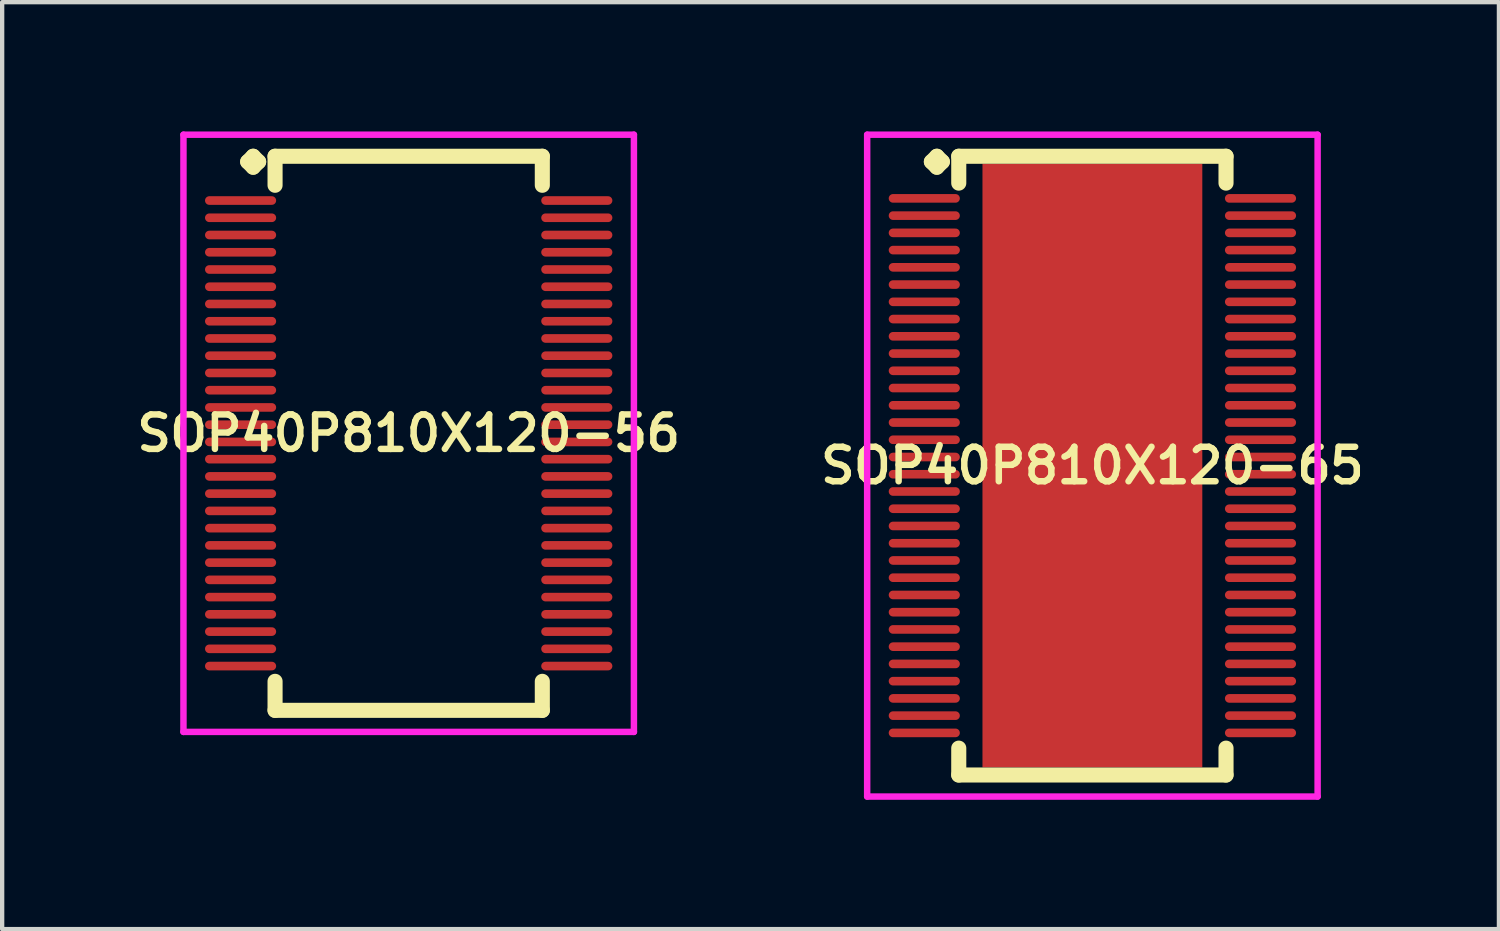
<source format=kicad_pcb>
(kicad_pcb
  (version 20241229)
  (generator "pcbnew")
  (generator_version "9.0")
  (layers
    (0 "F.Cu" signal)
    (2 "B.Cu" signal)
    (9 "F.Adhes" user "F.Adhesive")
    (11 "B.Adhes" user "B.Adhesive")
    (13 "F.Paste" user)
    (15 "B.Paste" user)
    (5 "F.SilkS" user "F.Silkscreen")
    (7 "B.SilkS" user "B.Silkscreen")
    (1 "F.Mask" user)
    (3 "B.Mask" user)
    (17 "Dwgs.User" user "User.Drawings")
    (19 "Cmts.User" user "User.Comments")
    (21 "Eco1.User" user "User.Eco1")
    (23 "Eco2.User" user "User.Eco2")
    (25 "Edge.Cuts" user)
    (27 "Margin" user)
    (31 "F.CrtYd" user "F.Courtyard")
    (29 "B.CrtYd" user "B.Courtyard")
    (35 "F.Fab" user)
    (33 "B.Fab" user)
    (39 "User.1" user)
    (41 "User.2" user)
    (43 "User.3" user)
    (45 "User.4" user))
  (footprint "SOP40P810X120-65"
    (layer "F.Cu")
    (at 22.292 7.752)
    (property "Reference" "SOP40P810X120-65" (at 0 0 0) (layer "F.SilkS") (effects (font (size 0.8 0.8) (thickness 0.15))))
    (attr smd)
    (fp_line (start -3.735 -7.05) (end -3.608 -7.177) (stroke (width 0.35) (type solid)) (layer "F.SilkS"))
    (fp_line (start -3.608 -7.177) (end -3.481 -7.05) (stroke (width 0.35) (type solid)) (layer "F.SilkS"))
    (fp_line (start -3.608 -6.923) (end -3.735 -7.05) (stroke (width 0.35) (type solid)) (layer "F.SilkS"))
    (fp_line (start -3.481 -7.05) (end -3.608 -6.923) (stroke (width 0.35) (type solid)) (layer "F.SilkS"))
    (fp_line (start -3.1 -7.177) (end 3.1 -7.177) (stroke (width 0.35) (type solid)) (layer "F.SilkS"))
    (fp_line (start -3.1 -6.554) (end -3.1 -7.177) (stroke (width 0.35) (type solid)) (layer "F.SilkS"))
    (fp_line (start -3.1 6.554) (end -3.1 7.177) (stroke (width 0.35) (type solid)) (layer "F.SilkS"))
    (fp_line (start -3.1 7.177) (end 3.1 7.177) (stroke (width 0.35) (type solid)) (layer "F.SilkS"))
    (fp_line (start 3.1 -7.177) (end 3.1 -6.554) (stroke (width 0.35) (type solid)) (layer "F.SilkS"))
    (fp_line (start 3.1 7.177) (end 3.1 6.554) (stroke (width 0.35) (type solid)) (layer "F.SilkS"))
    (fp_line (start -5.225 -7.677) (end 5.225 -7.677) (stroke (width 0.15) (type solid)) (layer "F.CrtYd"))
    (fp_line (start -5.225 7.677) (end -5.225 -7.677) (stroke (width 0.15) (type solid)) (layer "F.CrtYd"))
    (fp_line (start 5.225 -7.677) (end 5.225 7.677) (stroke (width 0.15) (type solid)) (layer "F.CrtYd"))
    (fp_line (start 5.225 7.677) (end -5.225 7.677) (stroke (width 0.15) (type solid)) (layer "F.CrtYd"))
    (pad "1" smd oval (at -3.9 -6.2) (size 1.65 0.2) (layers "F.Cu" "F.Mask" "F.Paste"))
    (pad "2" smd oval (at -3.9 -5.8) (size 1.65 0.2) (layers "F.Cu" "F.Mask" "F.Paste"))
    (pad "3" smd oval (at -3.9 -5.4) (size 1.65 0.2) (layers "F.Cu" "F.Mask" "F.Paste"))
    (pad "4" smd oval (at -3.9 -5) (size 1.65 0.2) (layers "F.Cu" "F.Mask" "F.Paste"))
    (pad "5" smd oval (at -3.9 -4.6) (size 1.65 0.2) (layers "F.Cu" "F.Mask" "F.Paste"))
    (pad "6" smd oval (at -3.9 -4.2) (size 1.65 0.2) (layers "F.Cu" "F.Mask" "F.Paste"))
    (pad "7" smd oval (at -3.9 -3.8) (size 1.65 0.2) (layers "F.Cu" "F.Mask" "F.Paste"))
    (pad "8" smd oval (at -3.9 -3.4) (size 1.65 0.2) (layers "F.Cu" "F.Mask" "F.Paste"))
    (pad "9" smd oval (at -3.9 -3) (size 1.65 0.2) (layers "F.Cu" "F.Mask" "F.Paste"))
    (pad "10" smd oval (at -3.9 -2.6) (size 1.65 0.2) (layers "F.Cu" "F.Mask" "F.Paste"))
    (pad "11" smd oval (at -3.9 -2.2) (size 1.65 0.2) (layers "F.Cu" "F.Mask" "F.Paste"))
    (pad "12" smd oval (at -3.9 -1.8) (size 1.65 0.2) (layers "F.Cu" "F.Mask" "F.Paste"))
    (pad "13" smd oval (at -3.9 -1.4) (size 1.65 0.2) (layers "F.Cu" "F.Mask" "F.Paste"))
    (pad "14" smd oval (at -3.9 -1) (size 1.65 0.2) (layers "F.Cu" "F.Mask" "F.Paste"))
    (pad "15" smd oval (at -3.9 -0.6) (size 1.65 0.2) (layers "F.Cu" "F.Mask" "F.Paste"))
    (pad "16" smd oval (at -3.9 -0.2) (size 1.65 0.2) (layers "F.Cu" "F.Mask" "F.Paste"))
    (pad "17" smd oval (at -3.9 0.2) (size 1.65 0.2) (layers "F.Cu" "F.Mask" "F.Paste"))
    (pad "18" smd oval (at -3.9 0.6) (size 1.65 0.2) (layers "F.Cu" "F.Mask" "F.Paste"))
    (pad "19" smd oval (at -3.9 1) (size 1.65 0.2) (layers "F.Cu" "F.Mask" "F.Paste"))
    (pad "20" smd oval (at -3.9 1.4) (size 1.65 0.2) (layers "F.Cu" "F.Mask" "F.Paste"))
    (pad "21" smd oval (at -3.9 1.8) (size 1.65 0.2) (layers "F.Cu" "F.Mask" "F.Paste"))
    (pad "22" smd oval (at -3.9 2.2) (size 1.65 0.2) (layers "F.Cu" "F.Mask" "F.Paste"))
    (pad "23" smd oval (at -3.9 2.6) (size 1.65 0.2) (layers "F.Cu" "F.Mask" "F.Paste"))
    (pad "24" smd oval (at -3.9 3) (size 1.65 0.2) (layers "F.Cu" "F.Mask" "F.Paste"))
    (pad "25" smd oval (at -3.9 3.4) (size 1.65 0.2) (layers "F.Cu" "F.Mask" "F.Paste"))
    (pad "26" smd oval (at -3.9 3.8) (size 1.65 0.2) (layers "F.Cu" "F.Mask" "F.Paste"))
    (pad "27" smd oval (at -3.9 4.2) (size 1.65 0.2) (layers "F.Cu" "F.Mask" "F.Paste"))
    (pad "28" smd oval (at -3.9 4.6) (size 1.65 0.2) (layers "F.Cu" "F.Mask" "F.Paste"))
    (pad "29" smd oval (at -3.9 5) (size 1.65 0.2) (layers "F.Cu" "F.Mask" "F.Paste"))
    (pad "30" smd oval (at -3.9 5.4) (size 1.65 0.2) (layers "F.Cu" "F.Mask" "F.Paste"))
    (pad "31" smd oval (at -3.9 5.8) (size 1.65 0.2) (layers "F.Cu" "F.Mask" "F.Paste"))
    (pad "32" smd oval (at -3.9 6.2) (size 1.65 0.2) (layers "F.Cu" "F.Mask" "F.Paste"))
    (pad "33" smd oval (at 3.9 6.2) (size 1.65 0.2) (layers "F.Cu" "F.Mask" "F.Paste"))
    (pad "34" smd oval (at 3.9 5.8) (size 1.65 0.2) (layers "F.Cu" "F.Mask" "F.Paste"))
    (pad "35" smd oval (at 3.9 5.4) (size 1.65 0.2) (layers "F.Cu" "F.Mask" "F.Paste"))
    (pad "36" smd oval (at 3.9 5) (size 1.65 0.2) (layers "F.Cu" "F.Mask" "F.Paste"))
    (pad "37" smd oval (at 3.9 4.6) (size 1.65 0.2) (layers "F.Cu" "F.Mask" "F.Paste"))
    (pad "38" smd oval (at 3.9 4.2) (size 1.65 0.2) (layers "F.Cu" "F.Mask" "F.Paste"))
    (pad "39" smd oval (at 3.9 3.8) (size 1.65 0.2) (layers "F.Cu" "F.Mask" "F.Paste"))
    (pad "40" smd oval (at 3.9 3.4) (size 1.65 0.2) (layers "F.Cu" "F.Mask" "F.Paste"))
    (pad "41" smd oval (at 3.9 3) (size 1.65 0.2) (layers "F.Cu" "F.Mask" "F.Paste"))
    (pad "42" smd oval (at 3.9 2.6) (size 1.65 0.2) (layers "F.Cu" "F.Mask" "F.Paste"))
    (pad "43" smd oval (at 3.9 2.2) (size 1.65 0.2) (layers "F.Cu" "F.Mask" "F.Paste"))
    (pad "44" smd oval (at 3.9 1.8) (size 1.65 0.2) (layers "F.Cu" "F.Mask" "F.Paste"))
    (pad "45" smd oval (at 3.9 1.4) (size 1.65 0.2) (layers "F.Cu" "F.Mask" "F.Paste"))
    (pad "46" smd oval (at 3.9 1) (size 1.65 0.2) (layers "F.Cu" "F.Mask" "F.Paste"))
    (pad "47" smd oval (at 3.9 0.6) (size 1.65 0.2) (layers "F.Cu" "F.Mask" "F.Paste"))
    (pad "48" smd oval (at 3.9 0.2) (size 1.65 0.2) (layers "F.Cu" "F.Mask" "F.Paste"))
    (pad "49" smd oval (at 3.9 -0.2) (size 1.65 0.2) (layers "F.Cu" "F.Mask" "F.Paste"))
    (pad "50" smd oval (at 3.9 -0.6) (size 1.65 0.2) (layers "F.Cu" "F.Mask" "F.Paste"))
    (pad "51" smd oval (at 3.9 -1) (size 1.65 0.2) (layers "F.Cu" "F.Mask" "F.Paste"))
    (pad "52" smd oval (at 3.9 -1.4) (size 1.65 0.2) (layers "F.Cu" "F.Mask" "F.Paste"))
    (pad "53" smd oval (at 3.9 -1.8) (size 1.65 0.2) (layers "F.Cu" "F.Mask" "F.Paste"))
    (pad "54" smd oval (at 3.9 -2.2) (size 1.65 0.2) (layers "F.Cu" "F.Mask" "F.Paste"))
    (pad "55" smd oval (at 3.9 -2.6) (size 1.65 0.2) (layers "F.Cu" "F.Mask" "F.Paste"))
    (pad "56" smd oval (at 3.9 -3) (size 1.65 0.2) (layers "F.Cu" "F.Mask" "F.Paste"))
    (pad "57" smd oval (at 3.9 -3.4) (size 1.65 0.2) (layers "F.Cu" "F.Mask" "F.Paste"))
    (pad "58" smd oval (at 3.9 -3.8) (size 1.65 0.2) (layers "F.Cu" "F.Mask" "F.Paste"))
    (pad "59" smd oval (at 3.9 -4.2) (size 1.65 0.2) (layers "F.Cu" "F.Mask" "F.Paste"))
    (pad "60" smd oval (at 3.9 -4.6) (size 1.65 0.2) (layers "F.Cu" "F.Mask" "F.Paste"))
    (pad "61" smd oval (at 3.9 -5) (size 1.65 0.2) (layers "F.Cu" "F.Mask" "F.Paste"))
    (pad "62" smd oval (at 3.9 -5.4) (size 1.65 0.2) (layers "F.Cu" "F.Mask" "F.Paste"))
    (pad "63" smd oval (at 3.9 -5.8) (size 1.65 0.2) (layers "F.Cu" "F.Mask" "F.Paste"))
    (pad "64" smd oval (at 3.9 -6.2) (size 1.65 0.2) (layers "F.Cu" "F.Mask" "F.Paste"))
    (pad "65" smd rect (at 0 0) (size 5.1 14) (layers "F.Cu" "F.Mask" "F.Paste")))
  (footprint "SOP40P810X120-56"
    (layer "F.Cu")
    (at 6.431 7.002)
    (property "Reference" "SOP40P810X120-56" (at 0 0 0) (layer "F.SilkS") (effects (font (size 0.8 0.8) (thickness 0.15))))
    (attr smd)
    (fp_line (start -3.735 -6.3) (end -3.608 -6.427) (stroke (width 0.35) (type solid)) (layer "F.SilkS"))
    (fp_line (start -3.608 -6.427) (end -3.481 -6.3) (stroke (width 0.35) (type solid)) (layer "F.SilkS"))
    (fp_line (start -3.608 -6.173) (end -3.735 -6.3) (stroke (width 0.35) (type solid)) (layer "F.SilkS"))
    (fp_line (start -3.481 -6.3) (end -3.608 -6.173) (stroke (width 0.35) (type solid)) (layer "F.SilkS"))
    (fp_line (start -3.1 -6.427) (end 3.1 -6.427) (stroke (width 0.35) (type solid)) (layer "F.SilkS"))
    (fp_line (start -3.1 -5.754) (end -3.1 -6.427) (stroke (width 0.35) (type solid)) (layer "F.SilkS"))
    (fp_line (start -3.1 5.754) (end -3.1 6.427) (stroke (width 0.35) (type solid)) (layer "F.SilkS"))
    (fp_line (start -3.1 6.427) (end 3.1 6.427) (stroke (width 0.35) (type solid)) (layer "F.SilkS"))
    (fp_line (start 3.1 -6.427) (end 3.1 -5.754) (stroke (width 0.35) (type solid)) (layer "F.SilkS"))
    (fp_line (start 3.1 6.427) (end 3.1 5.754) (stroke (width 0.35) (type solid)) (layer "F.SilkS"))
    (fp_line (start -5.225 -6.927) (end 5.225 -6.927) (stroke (width 0.15) (type solid)) (layer "F.CrtYd"))
    (fp_line (start -5.225 6.927) (end -5.225 -6.927) (stroke (width 0.15) (type solid)) (layer "F.CrtYd"))
    (fp_line (start 5.225 -6.927) (end 5.225 6.927) (stroke (width 0.15) (type solid)) (layer "F.CrtYd"))
    (fp_line (start 5.225 6.927) (end -5.225 6.927) (stroke (width 0.15) (type solid)) (layer "F.CrtYd"))
    (pad "1" smd oval (at -3.9 -5.4) (size 1.65 0.2) (layers "F.Cu" "F.Mask" "F.Paste"))
    (pad "2" smd oval (at -3.9 -5) (size 1.65 0.2) (layers "F.Cu" "F.Mask" "F.Paste"))
    (pad "3" smd oval (at -3.9 -4.6) (size 1.65 0.2) (layers "F.Cu" "F.Mask" "F.Paste"))
    (pad "4" smd oval (at -3.9 -4.2) (size 1.65 0.2) (layers "F.Cu" "F.Mask" "F.Paste"))
    (pad "5" smd oval (at -3.9 -3.8) (size 1.65 0.2) (layers "F.Cu" "F.Mask" "F.Paste"))
    (pad "6" smd oval (at -3.9 -3.4) (size 1.65 0.2) (layers "F.Cu" "F.Mask" "F.Paste"))
    (pad "7" smd oval (at -3.9 -3) (size 1.65 0.2) (layers "F.Cu" "F.Mask" "F.Paste"))
    (pad "8" smd oval (at -3.9 -2.6) (size 1.65 0.2) (layers "F.Cu" "F.Mask" "F.Paste"))
    (pad "9" smd oval (at -3.9 -2.2) (size 1.65 0.2) (layers "F.Cu" "F.Mask" "F.Paste"))
    (pad "10" smd oval (at -3.9 -1.8) (size 1.65 0.2) (layers "F.Cu" "F.Mask" "F.Paste"))
    (pad "11" smd oval (at -3.9 -1.4) (size 1.65 0.2) (layers "F.Cu" "F.Mask" "F.Paste"))
    (pad "12" smd oval (at -3.9 -1) (size 1.65 0.2) (layers "F.Cu" "F.Mask" "F.Paste"))
    (pad "13" smd oval (at -3.9 -0.6) (size 1.65 0.2) (layers "F.Cu" "F.Mask" "F.Paste"))
    (pad "14" smd oval (at -3.9 -0.2) (size 1.65 0.2) (layers "F.Cu" "F.Mask" "F.Paste"))
    (pad "15" smd oval (at -3.9 0.2) (size 1.65 0.2) (layers "F.Cu" "F.Mask" "F.Paste"))
    (pad "16" smd oval (at -3.9 0.6) (size 1.65 0.2) (layers "F.Cu" "F.Mask" "F.Paste"))
    (pad "17" smd oval (at -3.9 1) (size 1.65 0.2) (layers "F.Cu" "F.Mask" "F.Paste"))
    (pad "18" smd oval (at -3.9 1.4) (size 1.65 0.2) (layers "F.Cu" "F.Mask" "F.Paste"))
    (pad "19" smd oval (at -3.9 1.8) (size 1.65 0.2) (layers "F.Cu" "F.Mask" "F.Paste"))
    (pad "20" smd oval (at -3.9 2.2) (size 1.65 0.2) (layers "F.Cu" "F.Mask" "F.Paste"))
    (pad "21" smd oval (at -3.9 2.6) (size 1.65 0.2) (layers "F.Cu" "F.Mask" "F.Paste"))
    (pad "22" smd oval (at -3.9 3) (size 1.65 0.2) (layers "F.Cu" "F.Mask" "F.Paste"))
    (pad "23" smd oval (at -3.9 3.4) (size 1.65 0.2) (layers "F.Cu" "F.Mask" "F.Paste"))
    (pad "24" smd oval (at -3.9 3.8) (size 1.65 0.2) (layers "F.Cu" "F.Mask" "F.Paste"))
    (pad "25" smd oval (at -3.9 4.2) (size 1.65 0.2) (layers "F.Cu" "F.Mask" "F.Paste"))
    (pad "26" smd oval (at -3.9 4.6) (size 1.65 0.2) (layers "F.Cu" "F.Mask" "F.Paste"))
    (pad "27" smd oval (at -3.9 5) (size 1.65 0.2) (layers "F.Cu" "F.Mask" "F.Paste"))
    (pad "28" smd oval (at -3.9 5.4) (size 1.65 0.2) (layers "F.Cu" "F.Mask" "F.Paste"))
    (pad "29" smd oval (at 3.9 5.4) (size 1.65 0.2) (layers "F.Cu" "F.Mask" "F.Paste"))
    (pad "30" smd oval (at 3.9 5) (size 1.65 0.2) (layers "F.Cu" "F.Mask" "F.Paste"))
    (pad "31" smd oval (at 3.9 4.6) (size 1.65 0.2) (layers "F.Cu" "F.Mask" "F.Paste"))
    (pad "32" smd oval (at 3.9 4.2) (size 1.65 0.2) (layers "F.Cu" "F.Mask" "F.Paste"))
    (pad "33" smd oval (at 3.9 3.8) (size 1.65 0.2) (layers "F.Cu" "F.Mask" "F.Paste"))
    (pad "34" smd oval (at 3.9 3.4) (size 1.65 0.2) (layers "F.Cu" "F.Mask" "F.Paste"))
    (pad "35" smd oval (at 3.9 3) (size 1.65 0.2) (layers "F.Cu" "F.Mask" "F.Paste"))
    (pad "36" smd oval (at 3.9 2.6) (size 1.65 0.2) (layers "F.Cu" "F.Mask" "F.Paste"))
    (pad "37" smd oval (at 3.9 2.2) (size 1.65 0.2) (layers "F.Cu" "F.Mask" "F.Paste"))
    (pad "38" smd oval (at 3.9 1.8) (size 1.65 0.2) (layers "F.Cu" "F.Mask" "F.Paste"))
    (pad "39" smd oval (at 3.9 1.4) (size 1.65 0.2) (layers "F.Cu" "F.Mask" "F.Paste"))
    (pad "40" smd oval (at 3.9 1) (size 1.65 0.2) (layers "F.Cu" "F.Mask" "F.Paste"))
    (pad "41" smd oval (at 3.9 0.6) (size 1.65 0.2) (layers "F.Cu" "F.Mask" "F.Paste"))
    (pad "42" smd oval (at 3.9 0.2) (size 1.65 0.2) (layers "F.Cu" "F.Mask" "F.Paste"))
    (pad "43" smd oval (at 3.9 -0.2) (size 1.65 0.2) (layers "F.Cu" "F.Mask" "F.Paste"))
    (pad "44" smd oval (at 3.9 -0.6) (size 1.65 0.2) (layers "F.Cu" "F.Mask" "F.Paste"))
    (pad "45" smd oval (at 3.9 -1) (size 1.65 0.2) (layers "F.Cu" "F.Mask" "F.Paste"))
    (pad "46" smd oval (at 3.9 -1.4) (size 1.65 0.2) (layers "F.Cu" "F.Mask" "F.Paste"))
    (pad "47" smd oval (at 3.9 -1.8) (size 1.65 0.2) (layers "F.Cu" "F.Mask" "F.Paste"))
    (pad "48" smd oval (at 3.9 -2.2) (size 1.65 0.2) (layers "F.Cu" "F.Mask" "F.Paste"))
    (pad "49" smd oval (at 3.9 -2.6) (size 1.65 0.2) (layers "F.Cu" "F.Mask" "F.Paste"))
    (pad "50" smd oval (at 3.9 -3) (size 1.65 0.2) (layers "F.Cu" "F.Mask" "F.Paste"))
    (pad "51" smd oval (at 3.9 -3.4) (size 1.65 0.2) (layers "F.Cu" "F.Mask" "F.Paste"))
    (pad "52" smd oval (at 3.9 -3.8) (size 1.65 0.2) (layers "F.Cu" "F.Mask" "F.Paste"))
    (pad "53" smd oval (at 3.9 -4.2) (size 1.65 0.2) (layers "F.Cu" "F.Mask" "F.Paste"))
    (pad "54" smd oval (at 3.9 -4.6) (size 1.65 0.2) (layers "F.Cu" "F.Mask" "F.Paste"))
    (pad "55" smd oval (at 3.9 -5) (size 1.65 0.2) (layers "F.Cu" "F.Mask" "F.Paste"))
    (pad "56" smd oval (at 3.9 -5.4) (size 1.65 0.2) (layers "F.Cu" "F.Mask" "F.Paste")))
  (gr_rect
    (start -3 -3)
    (end 31.723 18.504)
    (stroke (width 0.1) (type default))
    (fill no)
    (layer "Edge.Cuts")))
</source>
